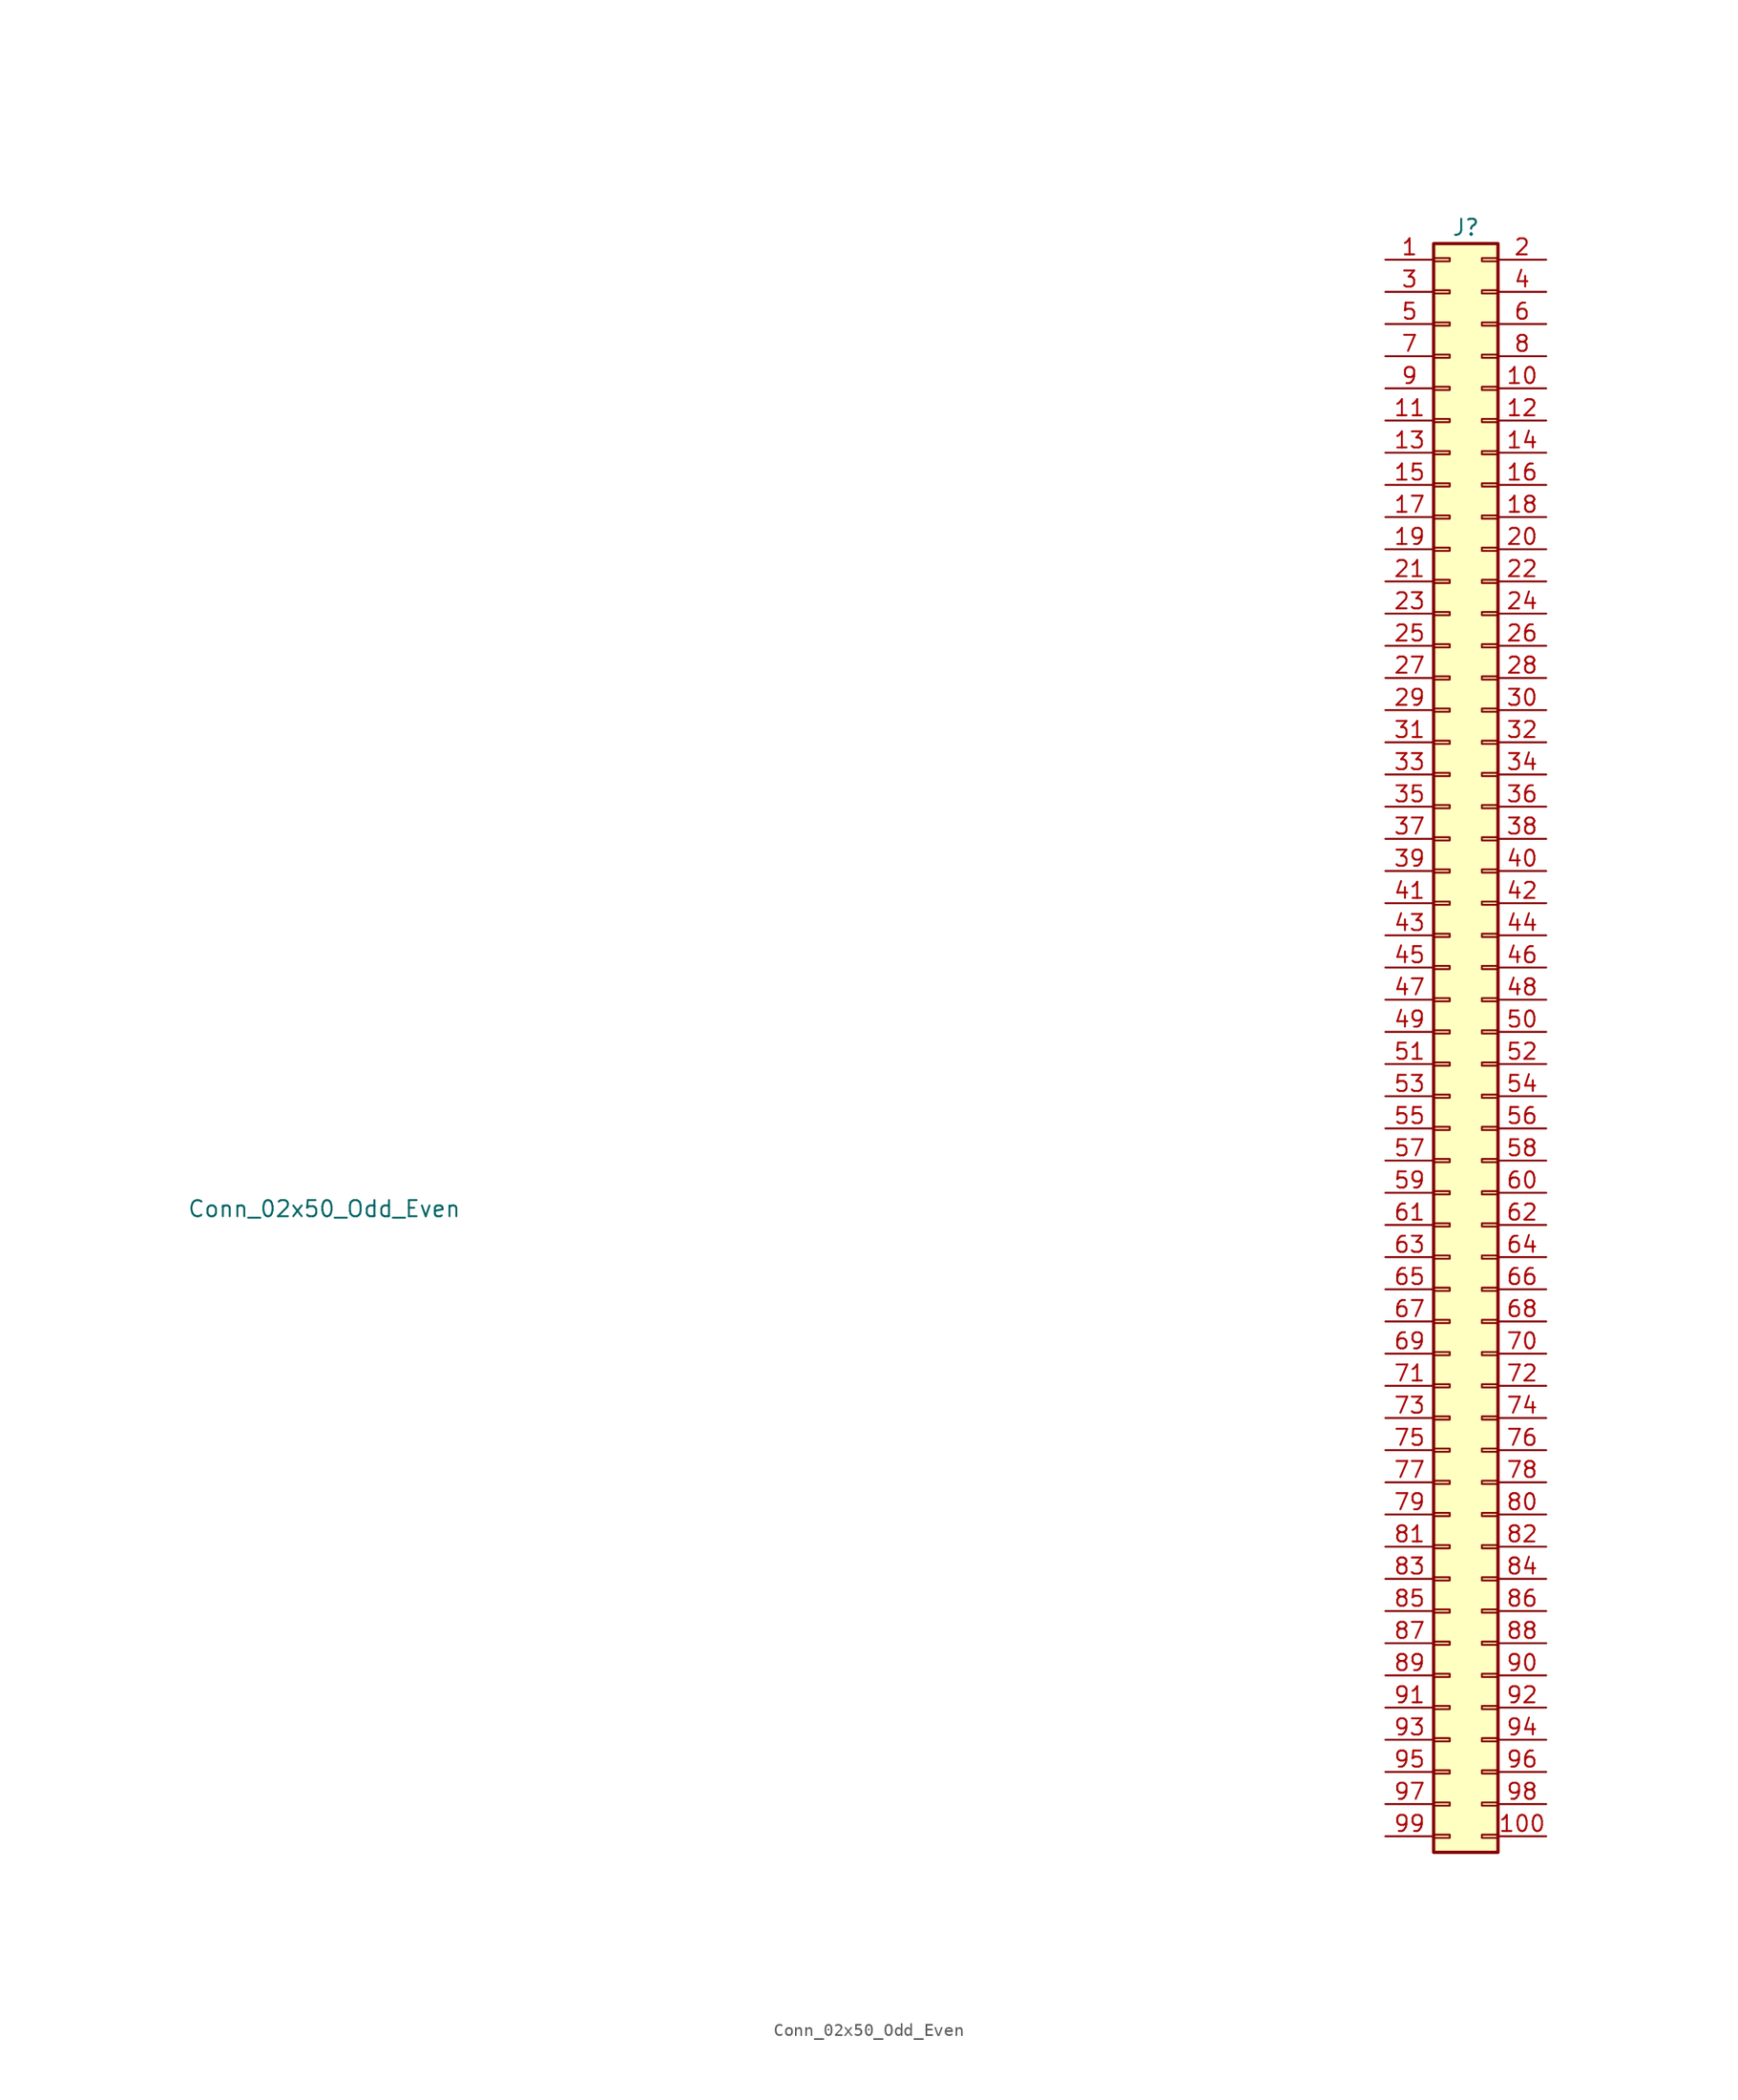
<source format=kicad_sym>
(kicad_symbol_lib
  (version 20220914)
  (generator kicad_symbol_editor)
  (symbol "Conn_02x50_Odd_Even"
    (pin_names
      (offset 1.016) hide)
    (property "Reference" "J"
      (at 1.27 50.8 0)
      (effects (font (size 1.27 1.27))))
    (property "Value" "Conn_02x50_Odd_Even"
      (at -88.9 -26.67 0)
      (effects (font (size 1.27 1.27))))
    (symbol "Conn_02x50_Odd_Even_1_1"
      (rectangle (start -1.27 -76.073) (end 0 -76.327) (stroke (width 0.152) (type default)) (fill (type none)))
      (rectangle (start -1.27 -73.533) (end 0 -73.787) (stroke (width 0.152) (type default)) (fill (type none)))
      (rectangle (start -1.27 -70.993) (end 0 -71.247) (stroke (width 0.152) (type default)) (fill (type none)))
      (rectangle (start -1.27 -68.453) (end 0 -68.707) (stroke (width 0.152) (type default)) (fill (type none)))
      (rectangle (start -1.27 -65.913) (end 0 -66.167) (stroke (width 0.152) (type default)) (fill (type none)))
      (rectangle (start -1.27 -63.373) (end 0 -63.627) (stroke (width 0.152) (type default)) (fill (type none)))
      (rectangle (start -1.27 -60.833) (end 0 -61.087) (stroke (width 0.152) (type default)) (fill (type none)))
      (rectangle (start -1.27 -58.293) (end 0 -58.547) (stroke (width 0.152) (type default)) (fill (type none)))
      (rectangle (start -1.27 -55.753) (end 0 -56.007) (stroke (width 0.152) (type default)) (fill (type none)))
      (rectangle (start -1.27 -53.213) (end 0 -53.467) (stroke (width 0.152) (type default)) (fill (type none)))
      (rectangle (start -1.27 -50.673) (end 0 -50.927) (stroke (width 0.152) (type default)) (fill (type none)))
      (rectangle (start -1.27 -48.133) (end 0 -48.387) (stroke (width 0.152) (type default)) (fill (type none)))
      (rectangle (start -1.27 -45.593) (end 0 -45.847) (stroke (width 0.152) (type default)) (fill (type none)))
      (rectangle (start -1.27 -43.053) (end 0 -43.307) (stroke (width 0.152) (type default)) (fill (type none)))
      (rectangle (start -1.27 -40.513) (end 0 -40.767) (stroke (width 0.152) (type default)) (fill (type none)))
      (rectangle (start -1.27 -37.973) (end 0 -38.227) (stroke (width 0.152) (type default)) (fill (type none)))
      (rectangle (start -1.27 -35.433) (end 0 -35.687) (stroke (width 0.152) (type default)) (fill (type none)))
      (rectangle (start -1.27 -32.893) (end 0 -33.147) (stroke (width 0.152) (type default)) (fill (type none)))
      (rectangle (start -1.27 -30.353) (end 0 -30.607) (stroke (width 0.152) (type default)) (fill (type none)))
      (rectangle (start -1.27 -27.813) (end 0 -28.067) (stroke (width 0.152) (type default)) (fill (type none)))
      (rectangle (start -1.27 -25.273) (end 0 -25.527) (stroke (width 0.152) (type default)) (fill (type none)))
      (rectangle (start -1.27 -22.733) (end 0 -22.987) (stroke (width 0.152) (type default)) (fill (type none)))
      (rectangle (start -1.27 -20.193) (end 0 -20.447) (stroke (width 0.152) (type default)) (fill (type none)))
      (rectangle (start -1.27 -17.653) (end 0 -17.907) (stroke (width 0.152) (type default)) (fill (type none)))
      (rectangle (start -1.27 -15.113) (end 0 -15.367) (stroke (width 0.152) (type default)) (fill (type none)))
      (rectangle (start -1.27 -12.573) (end 0 -12.827) (stroke (width 0.152) (type default)) (fill (type none)))
      (rectangle (start -1.27 -10.033) (end 0 -10.287) (stroke (width 0.152) (type default)) (fill (type none)))
      (rectangle (start -1.27 -7.493) (end 0 -7.747) (stroke (width 0.152) (type default)) (fill (type none)))
      (rectangle (start -1.27 -4.953) (end 0 -5.207) (stroke (width 0.152) (type default)) (fill (type none)))
      (rectangle (start -1.27 -2.413) (end 0 -2.667) (stroke (width 0.152) (type default)) (fill (type none)))
      (rectangle (start -1.27 0.127) (end 0 -0.127) (stroke (width 0.152) (type default)) (fill (type none)))
      (rectangle (start -1.27 2.667) (end 0 2.413) (stroke (width 0.152) (type default)) (fill (type none)))
      (rectangle (start -1.27 5.207) (end 0 4.953) (stroke (width 0.152) (type default)) (fill (type none)))
      (rectangle (start -1.27 7.747) (end 0 7.493) (stroke (width 0.152) (type default)) (fill (type none)))
      (rectangle (start -1.27 10.287) (end 0 10.033) (stroke (width 0.152) (type default)) (fill (type none)))
      (rectangle (start -1.27 12.827) (end 0 12.573) (stroke (width 0.152) (type default)) (fill (type none)))
      (rectangle (start -1.27 15.367) (end 0 15.113) (stroke (width 0.152) (type default)) (fill (type none)))
      (rectangle (start -1.27 17.907) (end 0 17.653) (stroke (width 0.152) (type default)) (fill (type none)))
      (rectangle (start -1.27 20.447) (end 0 20.193) (stroke (width 0.152) (type default)) (fill (type none)))
      (rectangle (start -1.27 22.987) (end 0 22.733) (stroke (width 0.152) (type default)) (fill (type none)))
      (rectangle (start -1.27 25.527) (end 0 25.273) (stroke (width 0.152) (type default)) (fill (type none)))
      (rectangle (start -1.27 28.067) (end 0 27.813) (stroke (width 0.152) (type default)) (fill (type none)))
      (rectangle (start -1.27 30.607) (end 0 30.353) (stroke (width 0.152) (type default)) (fill (type none)))
      (rectangle (start -1.27 33.147) (end 0 32.893) (stroke (width 0.152) (type default)) (fill (type none)))
      (rectangle (start -1.27 35.687) (end 0 35.433) (stroke (width 0.152) (type default)) (fill (type none)))
      (rectangle (start -1.27 38.227) (end 0 37.973) (stroke (width 0.152) (type default)) (fill (type none)))
      (rectangle (start -1.27 40.767) (end 0 40.513) (stroke (width 0.152) (type default)) (fill (type none)))
      (rectangle (start -1.27 43.307) (end 0 43.053) (stroke (width 0.152) (type default)) (fill (type none)))
      (rectangle (start -1.27 45.847) (end 0 45.593) (stroke (width 0.152) (type default)) (fill (type none)))
      (rectangle (start -1.27 48.387) (end 0 48.133) (stroke (width 0.152) (type default)) (fill (type none)))
      (rectangle (start -1.27 49.53) (end 3.81 -77.47) (stroke (width 0.254) (type default)) (fill (type background)))
      (rectangle (start 3.81 -76.073) (end 2.54 -76.327) (stroke (width 0.152) (type default)) (fill (type none)))
      (rectangle (start 3.81 -73.533) (end 2.54 -73.787) (stroke (width 0.152) (type default)) (fill (type none)))
      (rectangle (start 3.81 -70.993) (end 2.54 -71.247) (stroke (width 0.152) (type default)) (fill (type none)))
      (rectangle (start 3.81 -68.453) (end 2.54 -68.707) (stroke (width 0.152) (type default)) (fill (type none)))
      (rectangle (start 3.81 -65.913) (end 2.54 -66.167) (stroke (width 0.152) (type default)) (fill (type none)))
      (rectangle (start 3.81 -63.373) (end 2.54 -63.627) (stroke (width 0.152) (type default)) (fill (type none)))
      (rectangle (start 3.81 -60.833) (end 2.54 -61.087) (stroke (width 0.152) (type default)) (fill (type none)))
      (rectangle (start 3.81 -58.293) (end 2.54 -58.547) (stroke (width 0.152) (type default)) (fill (type none)))
      (rectangle (start 3.81 -55.753) (end 2.54 -56.007) (stroke (width 0.152) (type default)) (fill (type none)))
      (rectangle (start 3.81 -53.213) (end 2.54 -53.467) (stroke (width 0.152) (type default)) (fill (type none)))
      (rectangle (start 3.81 -50.673) (end 2.54 -50.927) (stroke (width 0.152) (type default)) (fill (type none)))
      (rectangle (start 3.81 -48.133) (end 2.54 -48.387) (stroke (width 0.152) (type default)) (fill (type none)))
      (rectangle (start 3.81 -45.593) (end 2.54 -45.847) (stroke (width 0.152) (type default)) (fill (type none)))
      (rectangle (start 3.81 -43.053) (end 2.54 -43.307) (stroke (width 0.152) (type default)) (fill (type none)))
      (rectangle (start 3.81 -40.513) (end 2.54 -40.767) (stroke (width 0.152) (type default)) (fill (type none)))
      (rectangle (start 3.81 -37.973) (end 2.54 -38.227) (stroke (width 0.152) (type default)) (fill (type none)))
      (rectangle (start 3.81 -35.433) (end 2.54 -35.687) (stroke (width 0.152) (type default)) (fill (type none)))
      (rectangle (start 3.81 -32.893) (end 2.54 -33.147) (stroke (width 0.152) (type default)) (fill (type none)))
      (rectangle (start 3.81 -30.353) (end 2.54 -30.607) (stroke (width 0.152) (type default)) (fill (type none)))
      (rectangle (start 3.81 -27.813) (end 2.54 -28.067) (stroke (width 0.152) (type default)) (fill (type none)))
      (rectangle (start 3.81 -25.273) (end 2.54 -25.527) (stroke (width 0.152) (type default)) (fill (type none)))
      (rectangle (start 3.81 -22.733) (end 2.54 -22.987) (stroke (width 0.152) (type default)) (fill (type none)))
      (rectangle (start 3.81 -20.193) (end 2.54 -20.447) (stroke (width 0.152) (type default)) (fill (type none)))
      (rectangle (start 3.81 -17.653) (end 2.54 -17.907) (stroke (width 0.152) (type default)) (fill (type none)))
      (rectangle (start 3.81 -15.113) (end 2.54 -15.367) (stroke (width 0.152) (type default)) (fill (type none)))
      (rectangle (start 3.81 -12.573) (end 2.54 -12.827) (stroke (width 0.152) (type default)) (fill (type none)))
      (rectangle (start 3.81 -10.033) (end 2.54 -10.287) (stroke (width 0.152) (type default)) (fill (type none)))
      (rectangle (start 3.81 -7.493) (end 2.54 -7.747) (stroke (width 0.152) (type default)) (fill (type none)))
      (rectangle (start 3.81 -4.953) (end 2.54 -5.207) (stroke (width 0.152) (type default)) (fill (type none)))
      (rectangle (start 3.81 -2.413) (end 2.54 -2.667) (stroke (width 0.152) (type default)) (fill (type none)))
      (rectangle (start 3.81 0.127) (end 2.54 -0.127) (stroke (width 0.152) (type default)) (fill (type none)))
      (rectangle (start 3.81 2.667) (end 2.54 2.413) (stroke (width 0.152) (type default)) (fill (type none)))
      (rectangle (start 3.81 5.207) (end 2.54 4.953) (stroke (width 0.152) (type default)) (fill (type none)))
      (rectangle (start 3.81 7.747) (end 2.54 7.493) (stroke (width 0.152) (type default)) (fill (type none)))
      (rectangle (start 3.81 10.287) (end 2.54 10.033) (stroke (width 0.152) (type default)) (fill (type none)))
      (rectangle (start 3.81 12.827) (end 2.54 12.573) (stroke (width 0.152) (type default)) (fill (type none)))
      (rectangle (start 3.81 15.367) (end 2.54 15.113) (stroke (width 0.152) (type default)) (fill (type none)))
      (rectangle (start 3.81 17.907) (end 2.54 17.653) (stroke (width 0.152) (type default)) (fill (type none)))
      (rectangle (start 3.81 20.447) (end 2.54 20.193) (stroke (width 0.152) (type default)) (fill (type none)))
      (rectangle (start 3.81 22.987) (end 2.54 22.733) (stroke (width 0.152) (type default)) (fill (type none)))
      (rectangle (start 3.81 25.527) (end 2.54 25.273) (stroke (width 0.152) (type default)) (fill (type none)))
      (rectangle (start 3.81 28.067) (end 2.54 27.813) (stroke (width 0.152) (type default)) (fill (type none)))
      (rectangle (start 3.81 30.607) (end 2.54 30.353) (stroke (width 0.152) (type default)) (fill (type none)))
      (rectangle (start 3.81 33.147) (end 2.54 32.893) (stroke (width 0.152) (type default)) (fill (type none)))
      (rectangle (start 3.81 35.687) (end 2.54 35.433) (stroke (width 0.152) (type default)) (fill (type none)))
      (rectangle (start 3.81 38.227) (end 2.54 37.973) (stroke (width 0.152) (type default)) (fill (type none)))
      (rectangle (start 3.81 40.767) (end 2.54 40.513) (stroke (width 0.152) (type default)) (fill (type none)))
      (rectangle (start 3.81 43.307) (end 2.54 43.053) (stroke (width 0.152) (type default)) (fill (type none)))
      (rectangle (start 3.81 45.847) (end 2.54 45.593) (stroke (width 0.152) (type default)) (fill (type none)))
      (rectangle (start 3.81 48.387) (end 2.54 48.133) (stroke (width 0.152) (type default)) (fill (type none)))
      (pin passive line (at -5.08 48.26 0) (length 3.81) (name "Pin_1" (effects (font (size 1.27 1.27)))) (number "1" (effects (font (size 1.27 1.27)))))
      (pin passive line (at 7.62 38.1 180) (length 3.81) (name "Pin_10" (effects (font (size 1.27 1.27)))) (number "10" (effects (font (size 1.27 1.27)))))
      (pin passive line (at 7.62 -76.2 180) (length 3.81) (name "Pin_100" (effects (font (size 1.27 1.27)))) (number "100" (effects (font (size 1.27 1.27)))))
      (pin passive line (at -5.08 35.56 0) (length 3.81) (name "Pin_11" (effects (font (size 1.27 1.27)))) (number "11" (effects (font (size 1.27 1.27)))))
      (pin passive line (at 7.62 35.56 180) (length 3.81) (name "Pin_12" (effects (font (size 1.27 1.27)))) (number "12" (effects (font (size 1.27 1.27)))))
      (pin passive line (at -5.08 33.02 0) (length 3.81) (name "Pin_13" (effects (font (size 1.27 1.27)))) (number "13" (effects (font (size 1.27 1.27)))))
      (pin passive line (at 7.62 33.02 180) (length 3.81) (name "Pin_14" (effects (font (size 1.27 1.27)))) (number "14" (effects (font (size 1.27 1.27)))))
      (pin passive line (at -5.08 30.48 0) (length 3.81) (name "Pin_15" (effects (font (size 1.27 1.27)))) (number "15" (effects (font (size 1.27 1.27)))))
      (pin passive line (at 7.62 30.48 180) (length 3.81) (name "Pin_16" (effects (font (size 1.27 1.27)))) (number "16" (effects (font (size 1.27 1.27)))))
      (pin passive line (at -5.08 27.94 0) (length 3.81) (name "Pin_17" (effects (font (size 1.27 1.27)))) (number "17" (effects (font (size 1.27 1.27)))))
      (pin passive line (at 7.62 27.94 180) (length 3.81) (name "Pin_18" (effects (font (size 1.27 1.27)))) (number "18" (effects (font (size 1.27 1.27)))))
      (pin passive line (at -5.08 25.4 0) (length 3.81) (name "Pin_19" (effects (font (size 1.27 1.27)))) (number "19" (effects (font (size 1.27 1.27)))))
      (pin passive line (at 7.62 48.26 180) (length 3.81) (name "Pin_2" (effects (font (size 1.27 1.27)))) (number "2" (effects (font (size 1.27 1.27)))))
      (pin passive line (at 7.62 25.4 180) (length 3.81) (name "Pin_20" (effects (font (size 1.27 1.27)))) (number "20" (effects (font (size 1.27 1.27)))))
      (pin passive line (at -5.08 22.86 0) (length 3.81) (name "Pin_21" (effects (font (size 1.27 1.27)))) (number "21" (effects (font (size 1.27 1.27)))))
      (pin passive line (at 7.62 22.86 180) (length 3.81) (name "Pin_22" (effects (font (size 1.27 1.27)))) (number "22" (effects (font (size 1.27 1.27)))))
      (pin passive line (at -5.08 20.32 0) (length 3.81) (name "Pin_23" (effects (font (size 1.27 1.27)))) (number "23" (effects (font (size 1.27 1.27)))))
      (pin passive line (at 7.62 20.32 180) (length 3.81) (name "Pin_24" (effects (font (size 1.27 1.27)))) (number "24" (effects (font (size 1.27 1.27)))))
      (pin passive line (at -5.08 17.78 0) (length 3.81) (name "Pin_25" (effects (font (size 1.27 1.27)))) (number "25" (effects (font (size 1.27 1.27)))))
      (pin passive line (at 7.62 17.78 180) (length 3.81) (name "Pin_26" (effects (font (size 1.27 1.27)))) (number "26" (effects (font (size 1.27 1.27)))))
      (pin passive line (at -5.08 15.24 0) (length 3.81) (name "Pin_27" (effects (font (size 1.27 1.27)))) (number "27" (effects (font (size 1.27 1.27)))))
      (pin passive line (at 7.62 15.24 180) (length 3.81) (name "Pin_28" (effects (font (size 1.27 1.27)))) (number "28" (effects (font (size 1.27 1.27)))))
      (pin passive line (at -5.08 12.7 0) (length 3.81) (name "Pin_29" (effects (font (size 1.27 1.27)))) (number "29" (effects (font (size 1.27 1.27)))))
      (pin passive line (at -5.08 45.72 0) (length 3.81) (name "Pin_3" (effects (font (size 1.27 1.27)))) (number "3" (effects (font (size 1.27 1.27)))))
      (pin passive line (at 7.62 12.7 180) (length 3.81) (name "Pin_30" (effects (font (size 1.27 1.27)))) (number "30" (effects (font (size 1.27 1.27)))))
      (pin passive line (at -5.08 10.16 0) (length 3.81) (name "Pin_31" (effects (font (size 1.27 1.27)))) (number "31" (effects (font (size 1.27 1.27)))))
      (pin passive line (at 7.62 10.16 180) (length 3.81) (name "Pin_32" (effects (font (size 1.27 1.27)))) (number "32" (effects (font (size 1.27 1.27)))))
      (pin passive line (at -5.08 7.62 0) (length 3.81) (name "Pin_33" (effects (font (size 1.27 1.27)))) (number "33" (effects (font (size 1.27 1.27)))))
      (pin passive line (at 7.62 7.62 180) (length 3.81) (name "Pin_34" (effects (font (size 1.27 1.27)))) (number "34" (effects (font (size 1.27 1.27)))))
      (pin passive line (at -5.08 5.08 0) (length 3.81) (name "Pin_35" (effects (font (size 1.27 1.27)))) (number "35" (effects (font (size 1.27 1.27)))))
      (pin passive line (at 7.62 5.08 180) (length 3.81) (name "Pin_36" (effects (font (size 1.27 1.27)))) (number "36" (effects (font (size 1.27 1.27)))))
      (pin passive line (at -5.08 2.54 0) (length 3.81) (name "Pin_37" (effects (font (size 1.27 1.27)))) (number "37" (effects (font (size 1.27 1.27)))))
      (pin passive line (at 7.62 2.54 180) (length 3.81) (name "Pin_38" (effects (font (size 1.27 1.27)))) (number "38" (effects (font (size 1.27 1.27)))))
      (pin passive line (at -5.08 0 0) (length 3.81) (name "Pin_39" (effects (font (size 1.27 1.27)))) (number "39" (effects (font (size 1.27 1.27)))))
      (pin passive line (at 7.62 45.72 180) (length 3.81) (name "Pin_4" (effects (font (size 1.27 1.27)))) (number "4" (effects (font (size 1.27 1.27)))))
      (pin passive line (at 7.62 0 180) (length 3.81) (name "Pin_40" (effects (font (size 1.27 1.27)))) (number "40" (effects (font (size 1.27 1.27)))))
      (pin passive line (at -5.08 -2.54 0) (length 3.81) (name "Pin_41" (effects (font (size 1.27 1.27)))) (number "41" (effects (font (size 1.27 1.27)))))
      (pin passive line (at 7.62 -2.54 180) (length 3.81) (name "Pin_42" (effects (font (size 1.27 1.27)))) (number "42" (effects (font (size 1.27 1.27)))))
      (pin passive line (at -5.08 -5.08 0) (length 3.81) (name "Pin_43" (effects (font (size 1.27 1.27)))) (number "43" (effects (font (size 1.27 1.27)))))
      (pin passive line (at 7.62 -5.08 180) (length 3.81) (name "Pin_44" (effects (font (size 1.27 1.27)))) (number "44" (effects (font (size 1.27 1.27)))))
      (pin passive line (at -5.08 -7.62 0) (length 3.81) (name "Pin_45" (effects (font (size 1.27 1.27)))) (number "45" (effects (font (size 1.27 1.27)))))
      (pin passive line (at 7.62 -7.62 180) (length 3.81) (name "Pin_46" (effects (font (size 1.27 1.27)))) (number "46" (effects (font (size 1.27 1.27)))))
      (pin passive line (at -5.08 -10.16 0) (length 3.81) (name "Pin_47" (effects (font (size 1.27 1.27)))) (number "47" (effects (font (size 1.27 1.27)))))
      (pin passive line (at 7.62 -10.16 180) (length 3.81) (name "Pin_48" (effects (font (size 1.27 1.27)))) (number "48" (effects (font (size 1.27 1.27)))))
      (pin passive line (at -5.08 -12.7 0) (length 3.81) (name "Pin_49" (effects (font (size 1.27 1.27)))) (number "49" (effects (font (size 1.27 1.27)))))
      (pin passive line (at -5.08 43.18 0) (length 3.81) (name "Pin_5" (effects (font (size 1.27 1.27)))) (number "5" (effects (font (size 1.27 1.27)))))
      (pin passive line (at 7.62 -12.7 180) (length 3.81) (name "Pin_50" (effects (font (size 1.27 1.27)))) (number "50" (effects (font (size 1.27 1.27)))))
      (pin passive line (at -5.08 -15.24 0) (length 3.81) (name "Pin_51" (effects (font (size 1.27 1.27)))) (number "51" (effects (font (size 1.27 1.27)))))
      (pin passive line (at 7.62 -15.24 180) (length 3.81) (name "Pin_52" (effects (font (size 1.27 1.27)))) (number "52" (effects (font (size 1.27 1.27)))))
      (pin passive line (at -5.08 -17.78 0) (length 3.81) (name "Pin_53" (effects (font (size 1.27 1.27)))) (number "53" (effects (font (size 1.27 1.27)))))
      (pin passive line (at 7.62 -17.78 180) (length 3.81) (name "Pin_54" (effects (font (size 1.27 1.27)))) (number "54" (effects (font (size 1.27 1.27)))))
      (pin passive line (at -5.08 -20.32 0) (length 3.81) (name "Pin_55" (effects (font (size 1.27 1.27)))) (number "55" (effects (font (size 1.27 1.27)))))
      (pin passive line (at 7.62 -20.32 180) (length 3.81) (name "Pin_56" (effects (font (size 1.27 1.27)))) (number "56" (effects (font (size 1.27 1.27)))))
      (pin passive line (at -5.08 -22.86 0) (length 3.81) (name "Pin_57" (effects (font (size 1.27 1.27)))) (number "57" (effects (font (size 1.27 1.27)))))
      (pin passive line (at 7.62 -22.86 180) (length 3.81) (name "Pin_58" (effects (font (size 1.27 1.27)))) (number "58" (effects (font (size 1.27 1.27)))))
      (pin passive line (at -5.08 -25.4 0) (length 3.81) (name "Pin_59" (effects (font (size 1.27 1.27)))) (number "59" (effects (font (size 1.27 1.27)))))
      (pin passive line (at 7.62 43.18 180) (length 3.81) (name "Pin_6" (effects (font (size 1.27 1.27)))) (number "6" (effects (font (size 1.27 1.27)))))
      (pin passive line (at 7.62 -25.4 180) (length 3.81) (name "Pin_60" (effects (font (size 1.27 1.27)))) (number "60" (effects (font (size 1.27 1.27)))))
      (pin passive line (at -5.08 -27.94 0) (length 3.81) (name "Pin_61" (effects (font (size 1.27 1.27)))) (number "61" (effects (font (size 1.27 1.27)))))
      (pin passive line (at 7.62 -27.94 180) (length 3.81) (name "Pin_62" (effects (font (size 1.27 1.27)))) (number "62" (effects (font (size 1.27 1.27)))))
      (pin passive line (at -5.08 -30.48 0) (length 3.81) (name "Pin_63" (effects (font (size 1.27 1.27)))) (number "63" (effects (font (size 1.27 1.27)))))
      (pin passive line (at 7.62 -30.48 180) (length 3.81) (name "Pin_64" (effects (font (size 1.27 1.27)))) (number "64" (effects (font (size 1.27 1.27)))))
      (pin passive line (at -5.08 -33.02 0) (length 3.81) (name "Pin_65" (effects (font (size 1.27 1.27)))) (number "65" (effects (font (size 1.27 1.27)))))
      (pin passive line (at 7.62 -33.02 180) (length 3.81) (name "Pin_66" (effects (font (size 1.27 1.27)))) (number "66" (effects (font (size 1.27 1.27)))))
      (pin passive line (at -5.08 -35.56 0) (length 3.81) (name "Pin_67" (effects (font (size 1.27 1.27)))) (number "67" (effects (font (size 1.27 1.27)))))
      (pin passive line (at 7.62 -35.56 180) (length 3.81) (name "Pin_68" (effects (font (size 1.27 1.27)))) (number "68" (effects (font (size 1.27 1.27)))))
      (pin passive line (at -5.08 -38.1 0) (length 3.81) (name "Pin_69" (effects (font (size 1.27 1.27)))) (number "69" (effects (font (size 1.27 1.27)))))
      (pin passive line (at -5.08 40.64 0) (length 3.81) (name "Pin_7" (effects (font (size 1.27 1.27)))) (number "7" (effects (font (size 1.27 1.27)))))
      (pin passive line (at 7.62 -38.1 180) (length 3.81) (name "Pin_70" (effects (font (size 1.27 1.27)))) (number "70" (effects (font (size 1.27 1.27)))))
      (pin passive line (at -5.08 -40.64 0) (length 3.81) (name "Pin_71" (effects (font (size 1.27 1.27)))) (number "71" (effects (font (size 1.27 1.27)))))
      (pin passive line (at 7.62 -40.64 180) (length 3.81) (name "Pin_72" (effects (font (size 1.27 1.27)))) (number "72" (effects (font (size 1.27 1.27)))))
      (pin passive line (at -5.08 -43.18 0) (length 3.81) (name "Pin_73" (effects (font (size 1.27 1.27)))) (number "73" (effects (font (size 1.27 1.27)))))
      (pin passive line (at 7.62 -43.18 180) (length 3.81) (name "Pin_74" (effects (font (size 1.27 1.27)))) (number "74" (effects (font (size 1.27 1.27)))))
      (pin passive line (at -5.08 -45.72 0) (length 3.81) (name "Pin_75" (effects (font (size 1.27 1.27)))) (number "75" (effects (font (size 1.27 1.27)))))
      (pin passive line (at 7.62 -45.72 180) (length 3.81) (name "Pin_76" (effects (font (size 1.27 1.27)))) (number "76" (effects (font (size 1.27 1.27)))))
      (pin passive line (at -5.08 -48.26 0) (length 3.81) (name "Pin_77" (effects (font (size 1.27 1.27)))) (number "77" (effects (font (size 1.27 1.27)))))
      (pin passive line (at 7.62 -48.26 180) (length 3.81) (name "Pin_78" (effects (font (size 1.27 1.27)))) (number "78" (effects (font (size 1.27 1.27)))))
      (pin passive line (at -5.08 -50.8 0) (length 3.81) (name "Pin_79" (effects (font (size 1.27 1.27)))) (number "79" (effects (font (size 1.27 1.27)))))
      (pin passive line (at 7.62 40.64 180) (length 3.81) (name "Pin_8" (effects (font (size 1.27 1.27)))) (number "8" (effects (font (size 1.27 1.27)))))
      (pin passive line (at 7.62 -50.8 180) (length 3.81) (name "Pin_80" (effects (font (size 1.27 1.27)))) (number "80" (effects (font (size 1.27 1.27)))))
      (pin passive line (at -5.08 -53.34 0) (length 3.81) (name "Pin_81" (effects (font (size 1.27 1.27)))) (number "81" (effects (font (size 1.27 1.27)))))
      (pin passive line (at 7.62 -53.34 180) (length 3.81) (name "Pin_82" (effects (font (size 1.27 1.27)))) (number "82" (effects (font (size 1.27 1.27)))))
      (pin passive line (at -5.08 -55.88 0) (length 3.81) (name "Pin_83" (effects (font (size 1.27 1.27)))) (number "83" (effects (font (size 1.27 1.27)))))
      (pin passive line (at 7.62 -55.88 180) (length 3.81) (name "Pin_84" (effects (font (size 1.27 1.27)))) (number "84" (effects (font (size 1.27 1.27)))))
      (pin passive line (at -5.08 -58.42 0) (length 3.81) (name "Pin_85" (effects (font (size 1.27 1.27)))) (number "85" (effects (font (size 1.27 1.27)))))
      (pin passive line (at 7.62 -58.42 180) (length 3.81) (name "Pin_86" (effects (font (size 1.27 1.27)))) (number "86" (effects (font (size 1.27 1.27)))))
      (pin passive line (at -5.08 -60.96 0) (length 3.81) (name "Pin_87" (effects (font (size 1.27 1.27)))) (number "87" (effects (font (size 1.27 1.27)))))
      (pin passive line (at 7.62 -60.96 180) (length 3.81) (name "Pin_88" (effects (font (size 1.27 1.27)))) (number "88" (effects (font (size 1.27 1.27)))))
      (pin passive line (at -5.08 -63.5 0) (length 3.81) (name "Pin_89" (effects (font (size 1.27 1.27)))) (number "89" (effects (font (size 1.27 1.27)))))
      (pin passive line (at -5.08 38.1 0) (length 3.81) (name "Pin_9" (effects (font (size 1.27 1.27)))) (number "9" (effects (font (size 1.27 1.27)))))
      (pin passive line (at 7.62 -63.5 180) (length 3.81) (name "Pin_90" (effects (font (size 1.27 1.27)))) (number "90" (effects (font (size 1.27 1.27)))))
      (pin passive line (at -5.08 -66.04 0) (length 3.81) (name "Pin_91" (effects (font (size 1.27 1.27)))) (number "91" (effects (font (size 1.27 1.27)))))
      (pin passive line (at 7.62 -66.04 180) (length 3.81) (name "Pin_92" (effects (font (size 1.27 1.27)))) (number "92" (effects (font (size 1.27 1.27)))))
      (pin passive line (at -5.08 -68.58 0) (length 3.81) (name "Pin_93" (effects (font (size 1.27 1.27)))) (number "93" (effects (font (size 1.27 1.27)))))
      (pin passive line (at 7.62 -68.58 180) (length 3.81) (name "Pin_94" (effects (font (size 1.27 1.27)))) (number "94" (effects (font (size 1.27 1.27)))))
      (pin passive line (at -5.08 -71.12 0) (length 3.81) (name "Pin_95" (effects (font (size 1.27 1.27)))) (number "95" (effects (font (size 1.27 1.27)))))
      (pin passive line (at 7.62 -71.12 180) (length 3.81) (name "Pin_96" (effects (font (size 1.27 1.27)))) (number "96" (effects (font (size 1.27 1.27)))))
      (pin passive line (at -5.08 -73.66 0) (length 3.81) (name "Pin_97" (effects (font (size 1.27 1.27)))) (number "97" (effects (font (size 1.27 1.27)))))
      (pin passive line (at 7.62 -73.66 180) (length 3.81) (name "Pin_98" (effects (font (size 1.27 1.27)))) (number "98" (effects (font (size 1.27 1.27)))))
      (pin passive line (at -5.08 -76.2 0) (length 3.81) (name "Pin_99" (effects (font (size 1.27 1.27)))) (number "99" (effects (font (size 1.27 1.27))))))))
</source>
